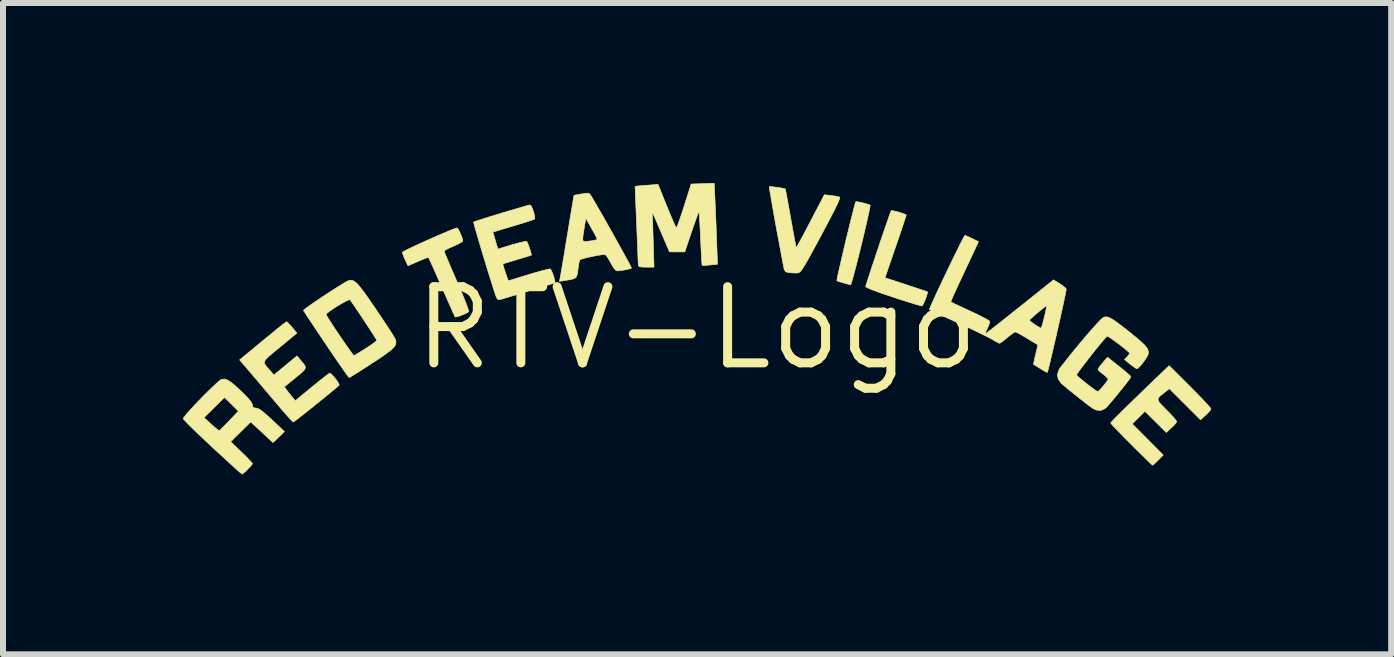
<source format=kicad_pcb>
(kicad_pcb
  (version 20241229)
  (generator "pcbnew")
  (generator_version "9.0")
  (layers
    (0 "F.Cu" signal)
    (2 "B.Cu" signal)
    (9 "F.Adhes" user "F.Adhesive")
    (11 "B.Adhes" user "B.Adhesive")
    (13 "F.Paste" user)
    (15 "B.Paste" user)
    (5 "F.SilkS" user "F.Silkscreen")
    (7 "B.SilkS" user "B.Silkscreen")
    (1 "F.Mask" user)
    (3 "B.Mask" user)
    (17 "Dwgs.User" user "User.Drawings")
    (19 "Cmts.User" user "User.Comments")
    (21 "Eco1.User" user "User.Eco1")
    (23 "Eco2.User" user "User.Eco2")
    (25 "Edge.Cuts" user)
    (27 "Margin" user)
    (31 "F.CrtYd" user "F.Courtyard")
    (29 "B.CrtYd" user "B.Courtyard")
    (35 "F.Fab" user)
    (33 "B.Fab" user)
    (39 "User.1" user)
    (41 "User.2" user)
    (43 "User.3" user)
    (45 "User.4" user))
  (footprint "RTV-Logo"
    (layer "F.Cu")
    (at 8.567 2.42)
    (property "Reference" "RTV-Logo" (at 0 0 0) (layer "F.SilkS") (effects (font (size 1.27 1.27) (thickness 0.15))))
    (attr through_hole)
    (fp_poly (pts (xy 2.673 -2.107) (xy 2.723 -2.098) (xy 2.783 -2.084) (xy 2.841 -2.068) (xy 2.881 -2.054) (xy 2.89 -2.049) (xy 2.888 -2.026) (xy 2.878 -1.968) (xy 2.859 -1.882) (xy 2.835 -1.772) (xy 2.805 -1.646) (xy 2.773 -1.509) (xy 2.738 -1.366) (xy 2.703 -1.224) (xy 2.669 -1.089) (xy 2.637 -0.967) (xy 2.609 -0.863) (xy 2.587 -0.784) (xy 2.571 -0.735) (xy 2.564 -0.722) (xy 2.537 -0.728) (xy 2.484 -0.742) (xy 2.448 -0.752) (xy 2.387 -0.77) (xy 2.345 -0.785) (xy 2.335 -0.791) (xy 2.338 -0.812) (xy 2.349 -0.869) (xy 2.368 -0.955) (xy 2.393 -1.064) (xy 2.422 -1.19) (xy 2.454 -1.327) (xy 2.488 -1.47) (xy 2.523 -1.611) (xy 2.555 -1.746) (xy 2.586 -1.867) (xy 2.612 -1.97) (xy 2.632 -2.048) (xy 2.646 -2.095) (xy 2.65 -2.107) (xy 2.673 -2.107)) (stroke (width 0.01) (type solid)) (fill yes) (layer "F.SilkS"))
    (fp_poly (pts (xy 3.265 -1.957) (xy 3.314 -1.947) (xy 3.375 -1.931) (xy 3.434 -1.912) (xy 3.477 -1.896) (xy 3.492 -1.886) (xy 3.486 -1.863) (xy 3.467 -1.806) (xy 3.439 -1.72) (xy 3.402 -1.61) (xy 3.358 -1.481) (xy 3.315 -1.356) (xy 3.138 -0.839) (xy 3.49 -0.724) (xy 3.604 -0.686) (xy 3.704 -0.653) (xy 3.782 -0.627) (xy 3.832 -0.61) (xy 3.847 -0.604) (xy 3.845 -0.582) (xy 3.831 -0.535) (xy 3.81 -0.476) (xy 3.786 -0.42) (xy 3.765 -0.38) (xy 3.755 -0.369) (xy 3.731 -0.374) (xy 3.671 -0.39) (xy 3.584 -0.417) (xy 3.474 -0.451) (xy 3.348 -0.491) (xy 3.276 -0.515) (xy 3.138 -0.561) (xy 3.018 -0.603) (xy 2.922 -0.639) (xy 2.854 -0.667) (xy 2.819 -0.686) (xy 2.815 -0.69) (xy 2.822 -0.715) (xy 2.84 -0.774) (xy 2.868 -0.86) (xy 2.903 -0.969) (xy 2.945 -1.094) (xy 2.989 -1.228) (xy 3.036 -1.367) (xy 3.082 -1.504) (xy 3.126 -1.633) (xy 3.166 -1.748) (xy 3.199 -1.844) (xy 3.224 -1.914) (xy 3.239 -1.952) (xy 3.242 -1.958) (xy 3.265 -1.957)) (stroke (width 0.01) (type solid)) (fill yes) (layer "F.SilkS"))
    (fp_poly (pts (xy 8.224 0.974) (xy 8.323 1.074) (xy 8.411 1.165) (xy 8.484 1.242) (xy 8.537 1.301) (xy 8.568 1.338) (xy 8.572 1.347) (xy 8.558 1.373) (xy 8.52 1.416) (xy 8.485 1.45) (xy 8.398 1.529) (xy 8.138 1.269) (xy 7.878 1.01) (xy 7.794 1.076) (xy 7.735 1.123) (xy 7.699 1.159) (xy 7.689 1.192) (xy 7.704 1.229) (xy 7.746 1.279) (xy 7.816 1.35) (xy 7.832 1.366) (xy 7.9 1.435) (xy 7.955 1.495) (xy 7.99 1.539) (xy 8.001 1.558) (xy 7.986 1.585) (xy 7.949 1.628) (xy 7.914 1.661) (xy 7.827 1.74) (xy 7.472 1.388) (xy 7.26 1.597) (xy 7.777 2.116) (xy 7.694 2.201) (xy 7.647 2.247) (xy 7.612 2.278) (xy 7.6 2.286) (xy 7.582 2.272) (xy 7.539 2.231) (xy 7.475 2.17) (xy 7.394 2.09) (xy 7.3 1.998) (xy 7.244 1.942) (xy 7.146 1.843) (xy 7.059 1.754) (xy 6.987 1.679) (xy 6.934 1.623) (xy 6.905 1.589) (xy 6.9 1.582) (xy 6.916 1.562) (xy 6.961 1.514) (xy 7.037 1.438) (xy 7.141 1.335) (xy 7.274 1.205) (xy 7.435 1.049) (xy 7.623 0.868) (xy 7.7 0.794) (xy 7.875 0.626) (xy 8.224 0.974)) (stroke (width 0.01) (type solid)) (fill yes) (layer "F.SilkS"))
    (fp_poly (pts (xy 1.282 -2.354) (xy 1.345 -2.346) (xy 1.408 -2.336) (xy 1.456 -2.327) (xy 1.475 -2.321) (xy 1.48 -2.3) (xy 1.491 -2.243) (xy 1.507 -2.155) (xy 1.528 -2.044) (xy 1.551 -1.915) (xy 1.566 -1.831) (xy 1.591 -1.693) (xy 1.613 -1.57) (xy 1.632 -1.468) (xy 1.647 -1.392) (xy 1.656 -1.349) (xy 1.658 -1.341) (xy 1.669 -1.357) (xy 1.696 -1.406) (xy 1.738 -1.482) (xy 1.791 -1.581) (xy 1.852 -1.697) (xy 1.895 -1.779) (xy 2.127 -2.223) (xy 2.244 -2.21) (xy 2.313 -2.2) (xy 2.366 -2.189) (xy 2.385 -2.183) (xy 2.382 -2.16) (xy 2.359 -2.101) (xy 2.314 -2.007) (xy 2.248 -1.877) (xy 2.162 -1.712) (xy 2.073 -1.545) (xy 1.982 -1.376) (xy 1.908 -1.241) (xy 1.85 -1.135) (xy 1.804 -1.056) (xy 1.769 -0.999) (xy 1.742 -0.961) (xy 1.721 -0.937) (xy 1.702 -0.925) (xy 1.685 -0.92) (xy 1.667 -0.918) (xy 1.593 -0.92) (xy 1.532 -0.925) (xy 1.481 -0.94) (xy 1.458 -0.976) (xy 1.454 -0.991) (xy 1.427 -1.133) (xy 1.398 -1.287) (xy 1.368 -1.449) (xy 1.337 -1.612) (xy 1.308 -1.772) (xy 1.281 -1.923) (xy 1.257 -2.06) (xy 1.237 -2.177) (xy 1.221 -2.269) (xy 1.211 -2.331) (xy 1.208 -2.358) (xy 1.209 -2.358) (xy 1.231 -2.359) (xy 1.282 -2.354)) (stroke (width 0.01) (type solid)) (fill yes) (layer "F.SilkS"))
    (fp_poly (pts (xy -3.969 -1.634) (xy -3.942 -1.578) (xy -3.918 -1.519) (xy -3.903 -1.471) (xy -3.902 -1.451) (xy -3.925 -1.431) (xy -3.978 -1.402) (xy -4.049 -1.369) (xy -4.062 -1.363) (xy -4.133 -1.332) (xy -4.186 -1.304) (xy -4.211 -1.285) (xy -4.212 -1.283) (xy -4.204 -1.259) (xy -4.181 -1.202) (xy -4.145 -1.117) (xy -4.1 -1.01) (xy -4.046 -0.886) (xy -3.999 -0.778) (xy -3.941 -0.644) (xy -3.891 -0.523) (xy -3.85 -0.42) (xy -3.82 -0.341) (xy -3.804 -0.29) (xy -3.803 -0.274) (xy -3.835 -0.253) (xy -3.887 -0.228) (xy -3.945 -0.205) (xy -3.996 -0.189) (xy -4.027 -0.185) (xy -4.03 -0.186) (xy -4.04 -0.209) (xy -4.066 -0.265) (xy -4.103 -0.349) (xy -4.151 -0.456) (xy -4.205 -0.579) (xy -4.252 -0.686) (xy -4.311 -0.819) (xy -4.364 -0.939) (xy -4.409 -1.04) (xy -4.444 -1.117) (xy -4.466 -1.165) (xy -4.473 -1.178) (xy -4.494 -1.174) (xy -4.545 -1.155) (xy -4.615 -1.126) (xy -4.648 -1.112) (xy -4.815 -1.039) (xy -4.862 -1.138) (xy -4.888 -1.2) (xy -4.906 -1.247) (xy -4.909 -1.262) (xy -4.891 -1.276) (xy -4.841 -1.303) (xy -4.764 -1.34) (xy -4.668 -1.385) (xy -4.56 -1.435) (xy -4.445 -1.486) (xy -4.33 -1.536) (xy -4.223 -1.582) (xy -4.129 -1.622) (xy -4.054 -1.651) (xy -4.007 -1.668) (xy -3.992 -1.67) (xy -3.969 -1.634)) (stroke (width 0.01) (type solid)) (fill yes) (layer "F.SilkS"))
    (fp_poly (pts (xy 0.304 -2.133) (xy 0.309 -2.014) (xy 0.315 -1.866) (xy 0.322 -1.706) (xy 0.328 -1.547) (xy 0.331 -1.458) (xy 0.345 -1.065) (xy 0.221 -1.052) (xy 0.153 -1.046) (xy 0.105 -1.045) (xy 0.089 -1.047) (xy 0.086 -1.069) (xy 0.082 -1.127) (xy 0.077 -1.215) (xy 0.071 -1.326) (xy 0.065 -1.454) (xy 0.063 -1.493) (xy 0.057 -1.624) (xy 0.051 -1.741) (xy 0.045 -1.836) (xy 0.041 -1.903) (xy 0.037 -1.937) (xy 0.037 -1.939) (xy 0.028 -1.922) (xy 0.008 -1.872) (xy -0.021 -1.794) (xy -0.056 -1.696) (xy -0.086 -1.608) (xy -0.201 -1.27) (xy -0.455 -1.271) (xy -0.598 -1.604) (xy -0.741 -1.937) (xy -0.713 -1.016) (xy -0.844 -1.016) (xy -0.917 -1.018) (xy -0.957 -1.025) (xy -0.973 -1.041) (xy -0.975 -1.053) (xy -0.98 -1.16) (xy -0.985 -1.288) (xy -0.991 -1.429) (xy -0.997 -1.579) (xy -1.003 -1.731) (xy -1.009 -1.879) (xy -1.015 -2.017) (xy -1.02 -2.14) (xy -1.024 -2.242) (xy -1.027 -2.316) (xy -1.028 -2.357) (xy -1.028 -2.363) (xy -1.008 -2.366) (xy -0.955 -2.372) (xy -0.879 -2.378) (xy -0.836 -2.381) (xy -0.646 -2.396) (xy -0.5 -2.034) (xy -0.453 -1.92) (xy -0.411 -1.82) (xy -0.377 -1.741) (xy -0.352 -1.69) (xy -0.34 -1.672) (xy -0.329 -1.691) (xy -0.308 -1.745) (xy -0.28 -1.826) (xy -0.245 -1.928) (xy -0.21 -2.037) (xy -0.094 -2.402) (xy 0.098 -2.408) (xy 0.29 -2.415) (xy 0.304 -2.133)) (stroke (width 0.01) (type solid)) (fill yes) (layer "F.SilkS"))
    (fp_poly (pts (xy -6.819 -0.091) (xy -6.781 -0.052) (xy -6.746 -0.011) (xy -6.667 0.083) (xy -6.953 0.32) (xy -7.057 0.405) (xy -7.132 0.469) (xy -7.181 0.516) (xy -7.206 0.552) (xy -7.209 0.584) (xy -7.193 0.616) (xy -7.161 0.656) (xy -7.119 0.703) (xy -7.05 0.781) (xy -6.666 0.464) (xy -6.609 0.532) (xy -6.56 0.589) (xy -6.531 0.63) (xy -6.524 0.663) (xy -6.542 0.697) (xy -6.585 0.74) (xy -6.657 0.8) (xy -6.689 0.826) (xy -6.877 0.98) (xy -6.836 1.035) (xy -6.793 1.091) (xy -6.745 1.15) (xy -6.744 1.151) (xy -6.694 1.211) (xy -6.415 0.981) (xy -6.322 0.906) (xy -6.241 0.841) (xy -6.176 0.79) (xy -6.133 0.759) (xy -6.119 0.751) (xy -6.094 0.766) (xy -6.058 0.804) (xy -6.018 0.852) (xy -5.984 0.901) (xy -5.964 0.938) (xy -5.963 0.953) (xy -6.017 0.999) (xy -6.091 1.061) (xy -6.179 1.133) (xy -6.275 1.211) (xy -6.375 1.292) (xy -6.472 1.37) (xy -6.561 1.44) (xy -6.636 1.499) (xy -6.692 1.542) (xy -6.722 1.564) (xy -6.727 1.566) (xy -6.745 1.551) (xy -6.786 1.508) (xy -6.846 1.442) (xy -6.918 1.359) (xy -7 1.263) (xy -7.008 1.254) (xy -7.105 1.138) (xy -7.209 1.016) (xy -7.308 0.898) (xy -7.396 0.795) (xy -7.446 0.736) (xy -7.622 0.53) (xy -7.238 0.212) (xy -7.129 0.123) (xy -7.031 0.043) (xy -6.948 -0.024) (xy -6.886 -0.073) (xy -6.848 -0.101) (xy -6.839 -0.106) (xy -6.819 -0.091)) (stroke (width 0.01) (type solid)) (fill yes) (layer "F.SilkS"))
    (fp_poly (pts (xy -7.837 0.86) (xy -7.784 0.89) (xy -7.718 0.941) (xy -7.632 1.019) (xy -7.588 1.061) (xy -7.499 1.15) (xy -7.442 1.216) (xy -7.413 1.264) (xy -7.408 1.284) (xy -7.4 1.32) (xy -7.367 1.333) (xy -7.349 1.333) (xy -7.316 1.341) (xy -7.272 1.366) (xy -7.213 1.412) (xy -7.133 1.483) (xy -7.083 1.529) (xy -6.875 1.725) (xy -6.97 1.817) (xy -7.065 1.909) (xy -7.437 1.564) (xy -7.604 1.729) (xy -7.771 1.894) (xy -7.59 2.068) (xy -7.519 2.137) (xy -7.461 2.197) (xy -7.422 2.24) (xy -7.408 2.26) (xy -7.422 2.283) (xy -7.457 2.323) (xy -7.502 2.368) (xy -7.545 2.408) (xy -7.575 2.432) (xy -7.581 2.434) (xy -7.599 2.42) (xy -7.645 2.381) (xy -7.713 2.32) (xy -7.801 2.24) (xy -7.904 2.145) (xy -8.02 2.039) (xy -8.078 1.985) (xy -8.197 1.873) (xy -8.306 1.77) (xy -8.4 1.679) (xy -8.476 1.604) (xy -8.53 1.548) (xy -8.559 1.516) (xy -8.562 1.51) (xy -8.552 1.492) (xy -8.216 1.492) (xy -8.094 1.604) (xy -8.035 1.656) (xy -7.988 1.693) (xy -7.962 1.71) (xy -7.96 1.71) (xy -7.941 1.693) (xy -7.9 1.652) (xy -7.843 1.594) (xy -7.795 1.544) (xy -7.642 1.384) (xy -7.758 1.269) (xy -7.874 1.155) (xy -8.045 1.324) (xy -8.216 1.492) (xy -8.552 1.492) (xy -8.547 1.484) (xy -8.508 1.434) (xy -8.449 1.367) (xy -8.375 1.287) (xy -8.292 1.2) (xy -8.207 1.113) (xy -8.123 1.03) (xy -8.047 0.957) (xy -7.984 0.9) (xy -7.94 0.864) (xy -7.924 0.855) (xy -7.881 0.85) (xy -7.837 0.86)) (stroke (width 0.01) (type solid)) (fill yes) (layer "F.SilkS"))
    (fp_poly (pts (xy -2.761 -2.035) (xy -2.739 -1.989) (xy -2.719 -1.93) (xy -2.705 -1.872) (xy -2.701 -1.83) (xy -2.705 -1.818) (xy -2.729 -1.807) (xy -2.787 -1.787) (xy -2.872 -1.76) (xy -2.976 -1.728) (xy -3.06 -1.703) (xy -3.4 -1.601) (xy -3.316 -1.318) (xy -3.082 -1.389) (xy -2.989 -1.415) (xy -2.91 -1.435) (xy -2.856 -1.445) (xy -2.834 -1.444) (xy -2.821 -1.418) (xy -2.802 -1.369) (xy -2.782 -1.311) (xy -2.765 -1.257) (xy -2.757 -1.222) (xy -2.757 -1.216) (xy -2.778 -1.209) (xy -2.832 -1.192) (xy -2.909 -1.169) (xy -2.995 -1.143) (xy -3.087 -1.115) (xy -3.163 -1.092) (xy -3.215 -1.076) (xy -3.233 -1.07) (xy -3.229 -1.049) (xy -3.215 -1) (xy -3.192 -0.931) (xy -3.191 -0.927) (xy -3.143 -0.788) (xy -2.805 -0.892) (xy -2.691 -0.925) (xy -2.591 -0.954) (xy -2.511 -0.974) (xy -2.46 -0.986) (xy -2.444 -0.987) (xy -2.427 -0.964) (xy -2.405 -0.917) (xy -2.385 -0.858) (xy -2.369 -0.803) (xy -2.364 -0.764) (xy -2.367 -0.754) (xy -2.39 -0.746) (xy -2.446 -0.729) (xy -2.529 -0.703) (xy -2.632 -0.671) (xy -2.748 -0.636) (xy -2.871 -0.598) (xy -2.994 -0.561) (xy -3.109 -0.526) (xy -3.211 -0.496) (xy -3.286 -0.474) (xy -3.322 -0.481) (xy -3.341 -0.512) (xy -3.36 -0.565) (xy -3.387 -0.648) (xy -3.42 -0.753) (xy -3.459 -0.876) (xy -3.5 -1.009) (xy -3.542 -1.148) (xy -3.584 -1.286) (xy -3.623 -1.418) (xy -3.658 -1.537) (xy -3.687 -1.637) (xy -3.708 -1.713) (xy -3.719 -1.758) (xy -3.721 -1.768) (xy -3.698 -1.778) (xy -3.642 -1.796) (xy -3.559 -1.823) (xy -3.457 -1.855) (xy -3.342 -1.89) (xy -3.222 -1.927) (xy -3.103 -1.962) (xy -2.993 -1.994) (xy -2.899 -2.022) (xy -2.828 -2.042) (xy -2.786 -2.052) (xy -2.78 -2.053) (xy -2.761 -2.035)) (stroke (width 0.01) (type solid)) (fill yes) (layer "F.SilkS"))
    (fp_poly (pts (xy -1.785 -2.236) (xy -1.768 -2.214) (xy -1.734 -2.157) (xy -1.686 -2.076) (xy -1.627 -1.974) (xy -1.56 -1.857) (xy -1.489 -1.731) (xy -1.415 -1.6) (xy -1.343 -1.47) (xy -1.274 -1.346) (xy -1.212 -1.234) (xy -1.159 -1.137) (xy -1.119 -1.063) (xy -1.095 -1.015) (xy -1.089 -1) (xy -1.115 -0.989) (xy -1.169 -0.976) (xy -1.233 -0.964) (xy -1.293 -0.956) (xy -1.323 -0.954) (xy -1.353 -0.965) (xy -1.388 -1.006) (xy -1.431 -1.08) (xy -1.436 -1.09) (xy -1.474 -1.157) (xy -1.507 -1.206) (xy -1.53 -1.227) (xy -1.532 -1.228) (xy -1.582 -1.223) (xy -1.655 -1.212) (xy -1.738 -1.196) (xy -1.82 -1.178) (xy -1.89 -1.16) (xy -1.937 -1.145) (xy -1.951 -1.137) (xy -1.961 -1.104) (xy -1.972 -1.043) (xy -1.981 -0.978) (xy -1.99 -0.904) (xy -2.007 -0.857) (xy -2.039 -0.828) (xy -2.095 -0.81) (xy -2.184 -0.796) (xy -2.187 -0.795) (xy -2.29 -0.78) (xy -2.277 -0.84) (xy -2.271 -0.875) (xy -2.259 -0.946) (xy -2.241 -1.048) (xy -2.22 -1.175) (xy -2.196 -1.322) (xy -2.17 -1.482) (xy -2.166 -1.501) (xy -1.901 -1.501) (xy -1.899 -1.462) (xy -1.884 -1.445) (xy -1.853 -1.443) (xy -1.805 -1.449) (xy -1.794 -1.45) (xy -1.729 -1.46) (xy -1.682 -1.47) (xy -1.668 -1.474) (xy -1.663 -1.481) (xy -1.666 -1.496) (xy -1.679 -1.526) (xy -1.706 -1.576) (xy -1.749 -1.653) (xy -1.79 -1.725) (xy -1.85 -1.831) (xy -1.876 -1.672) (xy -1.893 -1.569) (xy -1.901 -1.501) (xy -2.166 -1.501) (xy -2.157 -1.556) (xy -2.131 -1.716) (xy -2.107 -1.863) (xy -2.085 -1.991) (xy -2.068 -2.094) (xy -2.055 -2.168) (xy -2.048 -2.208) (xy -2.046 -2.213) (xy -2.025 -2.218) (xy -1.974 -2.227) (xy -1.919 -2.237) (xy -1.849 -2.248) (xy -1.808 -2.248) (xy -1.785 -2.236)) (stroke (width 0.01) (type solid)) (fill yes) (layer "F.SilkS"))
    (fp_poly (pts (xy -5.74 -0.795) (xy -5.705 -0.777) (xy -5.664 -0.742) (xy -5.615 -0.686) (xy -5.553 -0.605) (xy -5.476 -0.497) (xy -5.38 -0.358) (xy -5.344 -0.305) (xy -5.26 -0.18) (xy -5.183 -0.065) (xy -5.118 0.035) (xy -5.067 0.115) (xy -5.034 0.17) (xy -5.022 0.193) (xy -5.015 0.232) (xy -5.019 0.268) (xy -5.037 0.304) (xy -5.074 0.345) (xy -5.134 0.394) (xy -5.219 0.456) (xy -5.335 0.534) (xy -5.41 0.583) (xy -5.521 0.655) (xy -5.62 0.719) (xy -5.702 0.77) (xy -5.762 0.807) (xy -5.792 0.824) (xy -5.795 0.825) (xy -5.81 0.808) (xy -5.846 0.76) (xy -5.899 0.685) (xy -5.967 0.587) (xy -6.046 0.472) (xy -6.135 0.342) (xy -6.181 0.273) (xy -6.272 0.137) (xy -6.355 0.013) (xy -6.428 -0.097) (xy -6.488 -0.186) (xy -6.515 -0.228) (xy -6.181 -0.228) (xy -6.169 -0.205) (xy -6.139 -0.154) (xy -6.093 -0.083) (xy -6.037 0.003) (xy -5.974 0.097) (xy -5.91 0.191) (xy -5.848 0.281) (xy -5.793 0.359) (xy -5.749 0.419) (xy -5.722 0.454) (xy -5.714 0.46) (xy -5.692 0.447) (xy -5.643 0.417) (xy -5.574 0.374) (xy -5.518 0.339) (xy -5.442 0.289) (xy -5.381 0.246) (xy -5.343 0.216) (xy -5.334 0.206) (xy -5.345 0.185) (xy -5.376 0.136) (xy -5.421 0.065) (xy -5.478 -0.022) (xy -5.541 -0.117) (xy -5.606 -0.216) (xy -5.67 -0.311) (xy -5.727 -0.395) (xy -5.774 -0.463) (xy -5.782 -0.474) (xy -5.803 -0.47) (xy -5.851 -0.449) (xy -5.915 -0.413) (xy -5.988 -0.37) (xy -6.059 -0.325) (xy -6.121 -0.282) (xy -6.165 -0.248) (xy -6.181 -0.228) (xy -6.515 -0.228) (xy -6.53 -0.252) (xy -6.554 -0.288) (xy -6.557 -0.294) (xy -6.542 -0.31) (xy -6.498 -0.344) (xy -6.43 -0.393) (xy -6.345 -0.451) (xy -6.249 -0.516) (xy -6.149 -0.582) (xy -6.051 -0.645) (xy -5.961 -0.702) (xy -5.885 -0.749) (xy -5.83 -0.78) (xy -5.805 -0.792) (xy -5.772 -0.799) (xy -5.74 -0.795)) (stroke (width 0.01) (type solid)) (fill yes) (layer "F.SilkS"))
    (fp_poly (pts (xy 6.852 -0.184) (xy 6.892 -0.168) (xy 6.944 -0.138) (xy 7.013 -0.089) (xy 7.104 -0.02) (xy 7.211 0.064) (xy 7.329 0.16) (xy 7.417 0.236) (xy 7.477 0.295) (xy 7.513 0.344) (xy 7.529 0.385) (xy 7.529 0.424) (xy 7.527 0.432) (xy 7.508 0.473) (xy 7.473 0.529) (xy 7.43 0.588) (xy 7.386 0.639) (xy 7.352 0.671) (xy 7.339 0.677) (xy 7.312 0.665) (xy 7.265 0.632) (xy 7.224 0.601) (xy 7.131 0.524) (xy 7.174 0.478) (xy 7.205 0.441) (xy 7.218 0.42) (xy 7.202 0.4) (xy 7.16 0.363) (xy 7.101 0.316) (xy 7.033 0.263) (xy 6.965 0.213) (xy 6.904 0.17) (xy 6.86 0.143) (xy 6.84 0.135) (xy 6.817 0.158) (xy 6.775 0.206) (xy 6.718 0.275) (xy 6.651 0.356) (xy 6.581 0.445) (xy 6.511 0.535) (xy 6.446 0.619) (xy 6.391 0.692) (xy 6.352 0.747) (xy 6.333 0.777) (xy 6.332 0.781) (xy 6.351 0.803) (xy 6.395 0.842) (xy 6.455 0.891) (xy 6.522 0.945) (xy 6.587 0.994) (xy 6.642 1.034) (xy 6.677 1.056) (xy 6.684 1.058) (xy 6.706 1.043) (xy 6.744 1.004) (xy 6.787 0.954) (xy 6.827 0.903) (xy 6.853 0.864) (xy 6.858 0.849) (xy 6.842 0.826) (xy 6.802 0.79) (xy 6.774 0.769) (xy 6.725 0.73) (xy 6.694 0.698) (xy 6.69 0.688) (xy 6.703 0.661) (xy 6.736 0.615) (xy 6.769 0.577) (xy 6.847 0.486) (xy 7.042 0.64) (xy 7.119 0.702) (xy 7.181 0.755) (xy 7.223 0.793) (xy 7.238 0.812) (xy 7.226 0.833) (xy 7.191 0.881) (xy 7.141 0.946) (xy 7.08 1.023) (xy 7.013 1.105) (xy 6.948 1.184) (xy 6.888 1.255) (xy 6.84 1.309) (xy 6.811 1.339) (xy 6.744 1.371) (xy 6.667 1.369) (xy 6.603 1.34) (xy 6.55 1.301) (xy 6.474 1.243) (xy 6.386 1.174) (xy 6.294 1.101) (xy 6.207 1.031) (xy 6.135 0.971) (xy 6.085 0.929) (xy 6.08 0.924) (xy 6.025 0.85) (xy 6.012 0.771) (xy 6.041 0.689) (xy 6.058 0.664) (xy 6.163 0.53) (xy 6.27 0.396) (xy 6.377 0.266) (xy 6.479 0.145) (xy 6.572 0.037) (xy 6.653 -0.054) (xy 6.719 -0.124) (xy 6.765 -0.168) (xy 6.787 -0.182) (xy 6.819 -0.187) (xy 6.852 -0.184)) (stroke (width 0.01) (type solid)) (fill yes) (layer "F.SilkS"))
    (fp_poly (pts (xy 4.498 -1.536) (xy 4.55 -1.513) (xy 4.593 -1.492) (xy 4.697 -1.44) (xy 4.595 -1.223) (xy 4.546 -1.118) (xy 4.486 -0.99) (xy 4.423 -0.856) (xy 4.364 -0.73) (xy 4.361 -0.724) (xy 4.315 -0.624) (xy 4.277 -0.539) (xy 4.25 -0.476) (xy 4.237 -0.44) (xy 4.236 -0.435) (xy 4.257 -0.425) (xy 4.31 -0.399) (xy 4.388 -0.363) (xy 4.485 -0.318) (xy 4.558 -0.284) (xy 4.665 -0.234) (xy 4.757 -0.188) (xy 4.828 -0.151) (xy 4.872 -0.124) (xy 4.883 -0.114) (xy 4.88 -0.082) (xy 4.86 -0.028) (xy 4.847 -0.000001) (xy 4.822 0.053) (xy 4.809 0.089) (xy 4.809 0.095) (xy 4.826 0.084) (xy 4.873 0.05) (xy 4.945 -0.006) (xy 5.038 -0.079) (xy 5.105 -0.131) (xy 5.546 -0.131) (xy 5.562 -0.113) (xy 5.602 -0.082) (xy 5.652 -0.048) (xy 5.701 -0.018) (xy 5.734 -0.001) (xy 5.739 -0.000336) (xy 5.749 -0.019) (xy 5.765 -0.07) (xy 5.785 -0.144) (xy 5.795 -0.185) (xy 5.814 -0.267) (xy 5.827 -0.332) (xy 5.834 -0.369) (xy 5.835 -0.374) (xy 5.817 -0.364) (xy 5.777 -0.334) (xy 5.723 -0.291) (xy 5.664 -0.241) (xy 5.609 -0.194) (xy 5.567 -0.155) (xy 5.547 -0.133) (xy 5.546 -0.131) (xy 5.105 -0.131) (xy 5.149 -0.166) (xy 5.274 -0.266) (xy 5.381 -0.351) (xy 5.947 -0.804) (xy 6.053 -0.739) (xy 6.11 -0.7) (xy 6.149 -0.666) (xy 6.16 -0.649) (xy 6.155 -0.619) (xy 6.143 -0.555) (xy 6.123 -0.463) (xy 6.099 -0.349) (xy 6.07 -0.218) (xy 6.038 -0.076) (xy 6.005 0.07) (xy 5.972 0.215) (xy 5.94 0.354) (xy 5.91 0.48) (xy 5.885 0.587) (xy 5.864 0.67) (xy 5.85 0.723) (xy 5.844 0.74) (xy 5.821 0.73) (xy 5.773 0.703) (xy 5.726 0.674) (xy 5.668 0.638) (xy 5.628 0.613) (xy 5.615 0.605) (xy 5.617 0.584) (xy 5.628 0.532) (xy 5.644 0.46) (xy 5.649 0.441) (xy 5.687 0.28) (xy 5.51 0.172) (xy 5.432 0.126) (xy 5.367 0.089) (xy 5.323 0.067) (xy 5.311 0.064) (xy 5.284 0.076) (xy 5.236 0.11) (xy 5.177 0.158) (xy 5.176 0.159) (xy 5.118 0.206) (xy 5.073 0.24) (xy 5.049 0.254) (xy 5.048 0.254) (xy 5.023 0.244) (xy 4.973 0.217) (xy 4.928 0.19) (xy 4.879 0.163) (xy 4.799 0.123) (xy 4.693 0.071) (xy 4.57 0.012) (xy 4.436 -0.05) (xy 4.354 -0.087) (xy 4.224 -0.147) (xy 4.107 -0.2) (xy 4.008 -0.246) (xy 3.934 -0.28) (xy 3.889 -0.301) (xy 3.878 -0.307) (xy 3.884 -0.327) (xy 3.906 -0.38) (xy 3.942 -0.46) (xy 3.988 -0.562) (xy 4.043 -0.679) (xy 4.103 -0.807) (xy 4.167 -0.94) (xy 4.23 -1.072) (xy 4.291 -1.198) (xy 4.348 -1.312) (xy 4.396 -1.41) (xy 4.435 -1.485) (xy 4.46 -1.532) (xy 4.47 -1.545) (xy 4.498 -1.536)) (stroke (width 0.01) (type solid)) (fill yes) (layer "F.SilkS")))
  (gr_rect
    (start -3 -3)
    (end 20.144 7.859)
    (stroke (width 0.1) (type default))
    (fill no)
    (layer "Edge.Cuts")))
</source>
